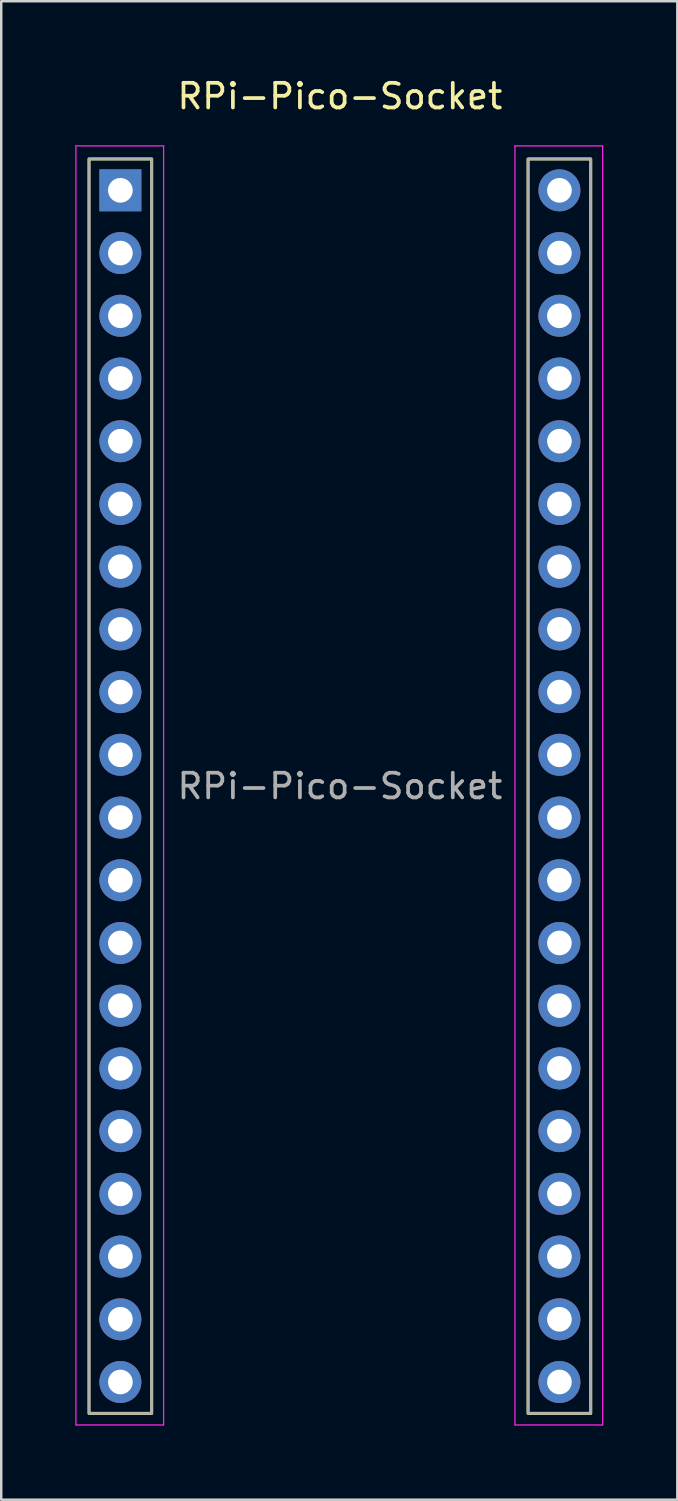
<source format=kicad_pcb>
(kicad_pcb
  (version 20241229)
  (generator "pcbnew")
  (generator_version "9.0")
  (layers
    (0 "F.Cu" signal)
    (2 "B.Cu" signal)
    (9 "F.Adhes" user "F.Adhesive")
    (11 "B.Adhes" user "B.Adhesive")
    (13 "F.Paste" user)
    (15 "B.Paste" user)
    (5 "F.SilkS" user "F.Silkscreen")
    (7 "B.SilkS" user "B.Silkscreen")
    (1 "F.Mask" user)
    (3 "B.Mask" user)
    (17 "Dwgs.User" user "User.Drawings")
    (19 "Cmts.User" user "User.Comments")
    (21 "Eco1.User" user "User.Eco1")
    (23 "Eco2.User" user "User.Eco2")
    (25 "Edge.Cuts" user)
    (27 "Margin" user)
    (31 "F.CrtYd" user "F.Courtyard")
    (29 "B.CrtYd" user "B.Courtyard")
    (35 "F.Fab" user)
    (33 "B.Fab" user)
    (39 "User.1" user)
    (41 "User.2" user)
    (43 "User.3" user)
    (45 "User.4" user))
  (footprint "RPi-Pico-Socket"
    (layer "F.Cu")
    (at 1.825 4.658)
    (property "Reference" "RPi-Pico-Socket" (at 8.89 -3.81 0) (unlocked yes) (layer "F.SilkS") (effects (font (size 1 1) (thickness 0.15))))
    (attr through_hole)
    (fp_rect (start -1.27 -1.27) (end 1.27 49.53) (stroke (width 0.12) (type solid)) (fill no) (layer "F.SilkS"))
    (fp_rect (start 16.51 -1.27) (end 19.05 49.53) (stroke (width 0.12) (type solid)) (fill no) (layer "F.SilkS"))
    (fp_line (start -1.8 -1.8) (end 1.75 -1.8) (stroke (width 0.05) (type solid)) (layer "F.CrtYd"))
    (fp_line (start -1.8 50) (end -1.8 -1.8) (stroke (width 0.05) (type solid)) (layer "F.CrtYd"))
    (fp_line (start 1.75 -1.8) (end 1.75 50) (stroke (width 0.05) (type solid)) (layer "F.CrtYd"))
    (fp_line (start 1.75 50) (end -1.8 50) (stroke (width 0.05) (type solid)) (layer "F.CrtYd"))
    (fp_line (start 15.98 -1.8) (end 19.53 -1.8) (stroke (width 0.05) (type solid)) (layer "F.CrtYd"))
    (fp_line (start 15.98 50) (end 15.98 -1.8) (stroke (width 0.05) (type solid)) (layer "F.CrtYd"))
    (fp_line (start 19.53 -1.8) (end 19.53 50) (stroke (width 0.05) (type solid)) (layer "F.CrtYd"))
    (fp_line (start 19.53 50) (end 15.98 50) (stroke (width 0.05) (type solid)) (layer "F.CrtYd"))
    (fp_line (start -1.27 -1.27) (end 1.27 -1.27) (stroke (width 0.1) (type solid)) (layer "F.Fab"))
    (fp_line (start -1.27 49.53) (end -1.27 -1.27) (stroke (width 0.1) (type solid)) (layer "F.Fab"))
    (fp_line (start 1.27 -1.27) (end 1.27 49.53) (stroke (width 0.1) (type solid)) (layer "F.Fab"))
    (fp_line (start 1.27 49.53) (end -1.27 49.53) (stroke (width 0.1) (type solid)) (layer "F.Fab"))
    (fp_line (start 16.51 -1.27) (end 19.05 -1.27) (stroke (width 0.1) (type solid)) (layer "F.Fab"))
    (fp_line (start 16.51 49.53) (end 16.51 -1.27) (stroke (width 0.1) (type solid)) (layer "F.Fab"))
    (fp_line (start 19.05 -1.27) (end 19.05 49.53) (stroke (width 0.1) (type solid)) (layer "F.Fab"))
    (fp_line (start 19.05 49.53) (end 16.51 49.53) (stroke (width 0.1) (type solid)) (layer "F.Fab"))
    (fp_text user "${REFERENCE}" (at 8.89 24.13 0) (unlocked yes) (layer "F.Fab") (effects (font (size 1 1) (thickness 0.15))))
    (pad "1" thru_hole rect (at 0 0) (size 1.7 1.7) (drill 1) (layers "*.Cu" "*.Mask"))
    (pad "2" thru_hole oval (at 0 2.54) (size 1.7 1.7) (drill 1) (layers "*.Cu" "*.Mask"))
    (pad "3" thru_hole oval (at 0 5.08) (size 1.7 1.7) (drill 1) (layers "*.Cu" "*.Mask"))
    (pad "4" thru_hole oval (at 0 7.62) (size 1.7 1.7) (drill 1) (layers "*.Cu" "*.Mask"))
    (pad "5" thru_hole oval (at 0 10.16) (size 1.7 1.7) (drill 1) (layers "*.Cu" "*.Mask"))
    (pad "6" thru_hole oval (at 0 12.7) (size 1.7 1.7) (drill 1) (layers "*.Cu" "*.Mask"))
    (pad "7" thru_hole oval (at 0 15.24) (size 1.7 1.7) (drill 1) (layers "*.Cu" "*.Mask"))
    (pad "8" thru_hole oval (at 0 17.78) (size 1.7 1.7) (drill 1) (layers "*.Cu" "*.Mask"))
    (pad "9" thru_hole oval (at 0 20.32) (size 1.7 1.7) (drill 1) (layers "*.Cu" "*.Mask"))
    (pad "10" thru_hole oval (at 0 22.86) (size 1.7 1.7) (drill 1) (layers "*.Cu" "*.Mask"))
    (pad "11" thru_hole oval (at 0 25.4) (size 1.7 1.7) (drill 1) (layers "*.Cu" "*.Mask"))
    (pad "12" thru_hole oval (at 0 27.94) (size 1.7 1.7) (drill 1) (layers "*.Cu" "*.Mask"))
    (pad "13" thru_hole oval (at 0 30.48) (size 1.7 1.7) (drill 1) (layers "*.Cu" "*.Mask"))
    (pad "14" thru_hole oval (at 0 33.02) (size 1.7 1.7) (drill 1) (layers "*.Cu" "*.Mask"))
    (pad "15" thru_hole oval (at 0 35.56) (size 1.7 1.7) (drill 1) (layers "*.Cu" "*.Mask"))
    (pad "16" thru_hole oval (at 0 38.1) (size 1.7 1.7) (drill 1) (layers "*.Cu" "*.Mask"))
    (pad "17" thru_hole oval (at 0 40.64) (size 1.7 1.7) (drill 1) (layers "*.Cu" "*.Mask"))
    (pad "18" thru_hole oval (at 0 43.18) (size 1.7 1.7) (drill 1) (layers "*.Cu" "*.Mask"))
    (pad "19" thru_hole oval (at 0 45.72) (size 1.7 1.7) (drill 1) (layers "*.Cu" "*.Mask"))
    (pad "20" thru_hole oval (at 0 48.26) (size 1.7 1.7) (drill 1) (layers "*.Cu" "*.Mask"))
    (pad "21" thru_hole oval (at 17.78 48.26) (size 1.7 1.7) (drill 1) (layers "*.Cu" "*.Mask"))
    (pad "22" thru_hole oval (at 17.78 45.72) (size 1.7 1.7) (drill 1) (layers "*.Cu" "*.Mask"))
    (pad "23" thru_hole oval (at 17.78 43.18) (size 1.7 1.7) (drill 1) (layers "*.Cu" "*.Mask"))
    (pad "24" thru_hole oval (at 17.78 40.64) (size 1.7 1.7) (drill 1) (layers "*.Cu" "*.Mask"))
    (pad "25" thru_hole oval (at 17.78 38.1) (size 1.7 1.7) (drill 1) (layers "*.Cu" "*.Mask"))
    (pad "26" thru_hole oval (at 17.78 35.56) (size 1.7 1.7) (drill 1) (layers "*.Cu" "*.Mask"))
    (pad "27" thru_hole oval (at 17.78 33.02) (size 1.7 1.7) (drill 1) (layers "*.Cu" "*.Mask"))
    (pad "28" thru_hole oval (at 17.78 30.48) (size 1.7 1.7) (drill 1) (layers "*.Cu" "*.Mask"))
    (pad "29" thru_hole oval (at 17.78 27.94) (size 1.7 1.7) (drill 1) (layers "*.Cu" "*.Mask"))
    (pad "30" thru_hole oval (at 17.78 25.4) (size 1.7 1.7) (drill 1) (layers "*.Cu" "*.Mask"))
    (pad "31" thru_hole oval (at 17.78 22.86) (size 1.7 1.7) (drill 1) (layers "*.Cu" "*.Mask"))
    (pad "32" thru_hole oval (at 17.78 20.32) (size 1.7 1.7) (drill 1) (layers "*.Cu" "*.Mask"))
    (pad "33" thru_hole oval (at 17.78 17.78) (size 1.7 1.7) (drill 1) (layers "*.Cu" "*.Mask"))
    (pad "34" thru_hole oval (at 17.78 15.24) (size 1.7 1.7) (drill 1) (layers "*.Cu" "*.Mask"))
    (pad "35" thru_hole oval (at 17.78 12.7) (size 1.7 1.7) (drill 1) (layers "*.Cu" "*.Mask"))
    (pad "36" thru_hole oval (at 17.78 10.16) (size 1.7 1.7) (drill 1) (layers "*.Cu" "*.Mask"))
    (pad "37" thru_hole oval (at 17.78 7.62) (size 1.7 1.7) (drill 1) (layers "*.Cu" "*.Mask"))
    (pad "38" thru_hole oval (at 17.78 5.08) (size 1.7 1.7) (drill 1) (layers "*.Cu" "*.Mask"))
    (pad "39" thru_hole oval (at 17.78 2.54) (size 1.7 1.7) (drill 1) (layers "*.Cu" "*.Mask"))
    (pad "40" thru_hole circle (at 17.78 0) (size 1.7 1.7) (drill 1) (layers "*.Cu" "*.Mask")))
  (gr_rect
    (start -3 -3)
    (end 24.38 57.683)
    (stroke (width 0.1) (type default))
    (fill no)
    (layer "Edge.Cuts")))
</source>
